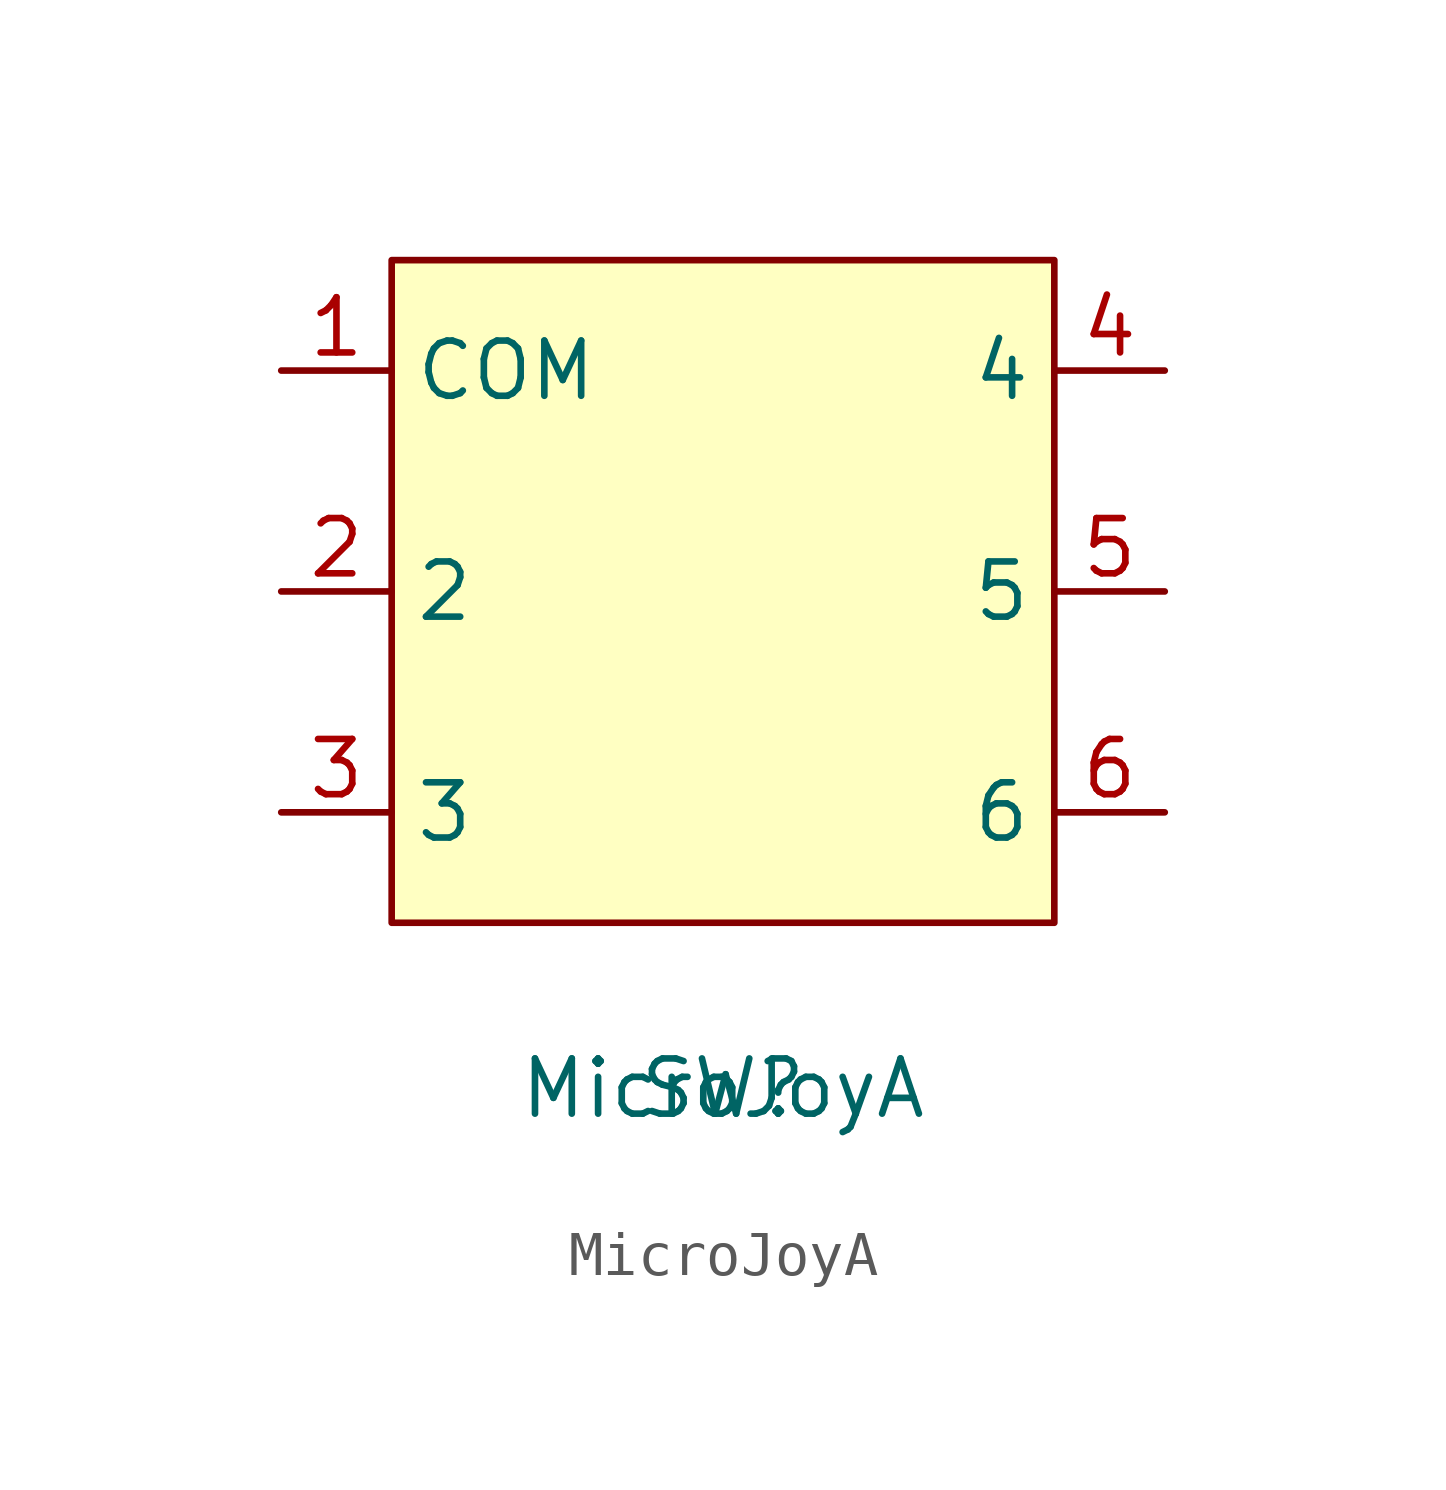
<source format=kicad_sym>
(kicad_symbol_lib
  (version 20211014)
  (generator kicad_symbol_editor)
  (symbol "MicroJoyA"
    (property "Reference" "SW"
      (at 0 -11.43 0)
      (effects (font (size 1.27 1.27))))
    (property "Value" "MicroJoyA"
      (at 0 -11.43 0)
      (effects (font (size 1.27 1.27))))
    (symbol "MicroJoyA_0_1"
      (rectangle (start -7.62 7.62) (end 7.62 -7.62) (stroke (width 0) (type default) (color 0 0 0 0)) (fill (type background)))
      (pin passive line (at -10.16 5.08 0) (length 2.54) (name "COM" (effects (font (size 1.27 1.27)))) (number "1" (effects (font (size 1.27 1.27)))))
      (pin passive line (at -10.16 0 0) (length 2.54) (name "2" (effects (font (size 1.27 1.27)))) (number "2" (effects (font (size 1.27 1.27)))))
      (pin passive line (at -10.16 -5.08 0) (length 2.54) (name "3" (effects (font (size 1.27 1.27)))) (number "3" (effects (font (size 1.27 1.27)))))
      (pin passive line (at 10.16 5.08 180) (length 2.54) (name "4" (effects (font (size 1.27 1.27)))) (number "4" (effects (font (size 1.27 1.27)))))
      (pin passive line (at 10.16 0 180) (length 2.54) (name "5" (effects (font (size 1.27 1.27)))) (number "5" (effects (font (size 1.27 1.27)))))
      (pin passive line (at 10.16 -5.08 180) (length 2.54) (name "6" (effects (font (size 1.27 1.27)))) (number "6" (effects (font (size 1.27 1.27))))))))
</source>
